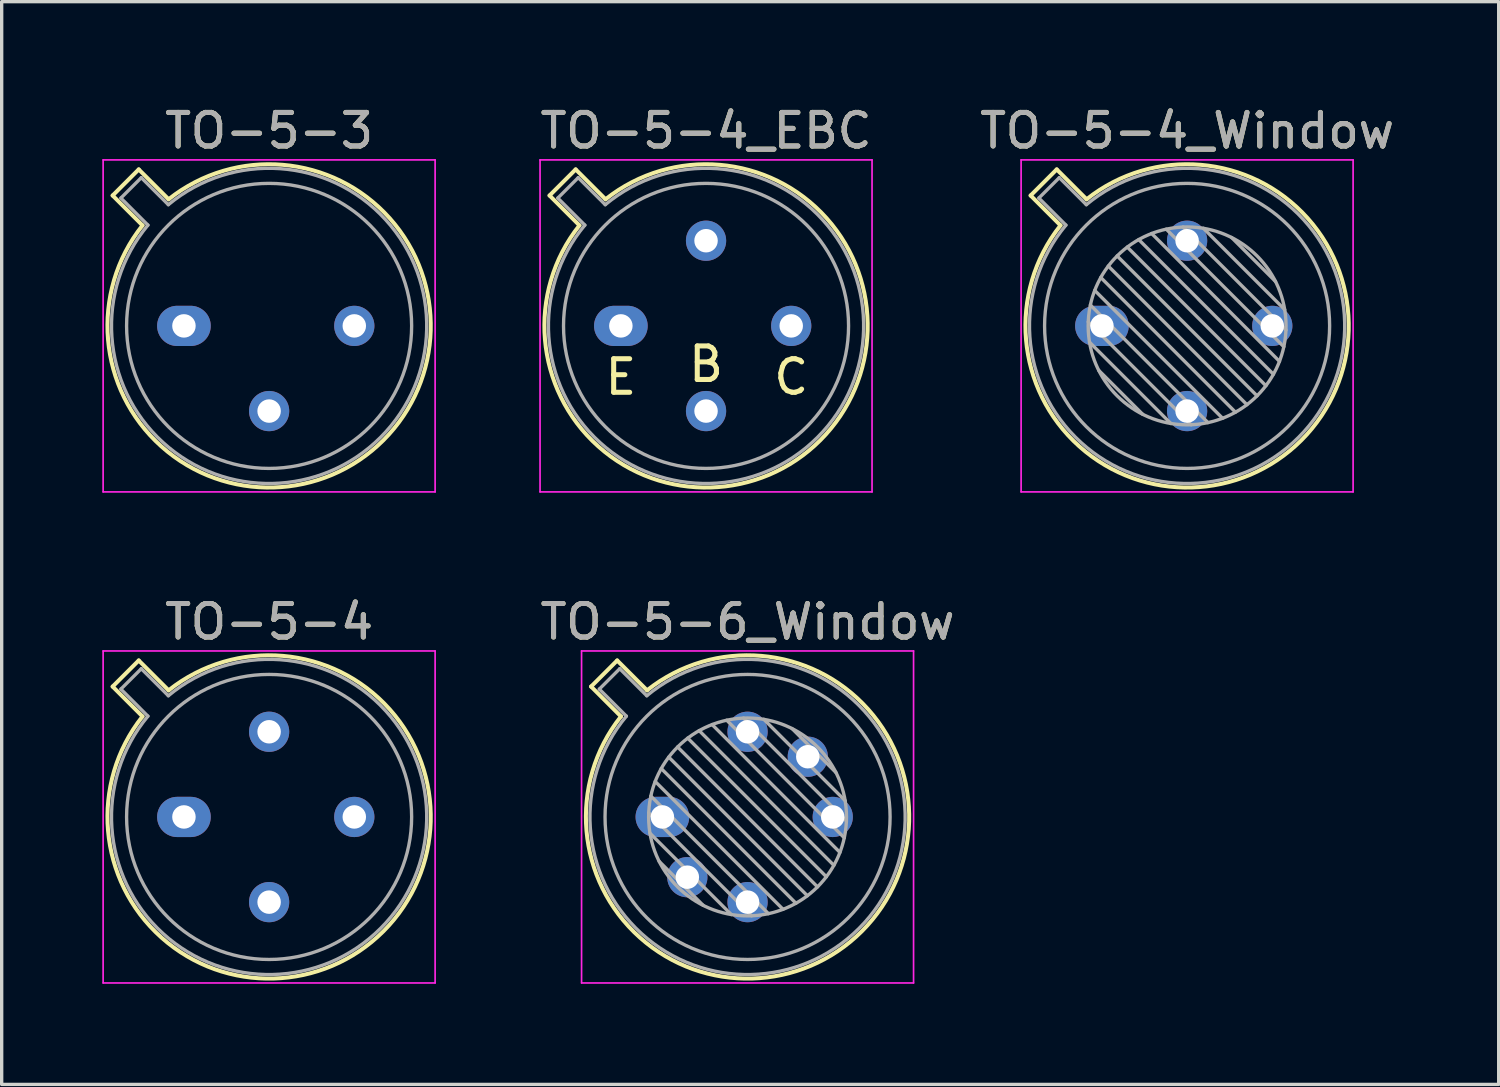
<source format=kicad_pcb>
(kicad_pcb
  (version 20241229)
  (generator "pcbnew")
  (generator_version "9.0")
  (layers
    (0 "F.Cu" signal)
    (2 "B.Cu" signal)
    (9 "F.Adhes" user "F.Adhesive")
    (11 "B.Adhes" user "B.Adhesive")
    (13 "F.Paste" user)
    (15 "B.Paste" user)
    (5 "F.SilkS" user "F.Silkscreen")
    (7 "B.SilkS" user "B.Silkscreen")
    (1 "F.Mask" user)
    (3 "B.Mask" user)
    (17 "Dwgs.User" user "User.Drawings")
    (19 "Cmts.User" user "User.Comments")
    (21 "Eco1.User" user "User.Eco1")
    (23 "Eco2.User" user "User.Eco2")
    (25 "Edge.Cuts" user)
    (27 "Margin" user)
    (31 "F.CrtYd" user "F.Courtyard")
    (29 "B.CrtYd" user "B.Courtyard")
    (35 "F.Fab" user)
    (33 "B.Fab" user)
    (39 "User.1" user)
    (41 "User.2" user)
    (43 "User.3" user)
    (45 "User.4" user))
  (footprint "TO-5-4"
    (layer "F.Cu")
    (at 2.435 21.311)
    (property "Reference" "TO-5-4" (at 2.54 -5.82 0) (layer "F.SilkS") (effects (font (size 1 1) (thickness 0.15))))
    (attr through_hole)
    (fp_line (start -2.126 -3.888) (end -1.235 -2.997) (stroke (width 0.12) (type solid)) (layer "F.SilkS"))
    (fp_line (start -1.348 -4.666) (end -2.126 -3.888) (stroke (width 0.12) (type solid)) (layer "F.SilkS"))
    (fp_line (start -0.457 -3.775) (end -1.348 -4.666) (stroke (width 0.12) (type solid)) (layer "F.SilkS"))
    (fp_arc (start -0.457084 -3.774902) (mid 5.948125 3.408384) (end -1.234674 -2.997371) (stroke (width 0.12) (type solid)) (layer "F.SilkS"))
    (fp_line (start -2.41 -4.95) (end -2.41 4.95) (stroke (width 0.05) (type solid)) (layer "F.CrtYd"))
    (fp_line (start -2.41 4.95) (end 7.49 4.95) (stroke (width 0.05) (type solid)) (layer "F.CrtYd"))
    (fp_line (start 7.49 -4.95) (end -2.41 -4.95) (stroke (width 0.05) (type solid)) (layer "F.CrtYd"))
    (fp_line (start 7.49 4.95) (end 7.49 -4.95) (stroke (width 0.05) (type solid)) (layer "F.CrtYd"))
    (fp_line (start -1.88 -3.812) (end -1.074 -3.005) (stroke (width 0.1) (type solid)) (layer "F.Fab"))
    (fp_line (start -1.272 -4.42) (end -1.88 -3.812) (stroke (width 0.1) (type solid)) (layer "F.Fab"))
    (fp_line (start -0.465 -3.614) (end -1.272 -4.42) (stroke (width 0.1) (type solid)) (layer "F.Fab"))
    (fp_arc (start -0.465408 -3.61352) (mid 5.863443 3.323361) (end -1.073594 -3.005319) (stroke (width 0.1) (type solid)) (layer "F.Fab"))
    (fp_circle (center 2.54 0) (end 6.79 0) (stroke (width 0.1) (type solid)) (fill no) (layer "F.Fab"))
    (fp_text user "${REFERENCE}" (at 2.54 -5.82 0) (layer "F.Fab") (effects (font (size 1 1) (thickness 0.15))))
    (pad "1" thru_hole oval (at 0 0) (size 1.6 1.2) (drill 0.7) (layers "*.Cu" "*.Mask"))
    (pad "2" thru_hole oval (at 2.54 2.54) (size 1.2 1.2) (drill 0.7) (layers "*.Cu" "*.Mask"))
    (pad "3" thru_hole oval (at 5.08 0) (size 1.2 1.2) (drill 0.7) (layers "*.Cu" "*.Mask"))
    (pad "4" thru_hole oval (at 2.54 -2.54) (size 1.2 1.2) (drill 0.7) (layers "*.Cu" "*.Mask")))
  (footprint "TO-5-6_Window"
    (layer "F.Cu")
    (at 16.702 21.311)
    (property "Reference" "TO-5-6_Window" (at 2.54 -5.82 0) (layer "F.SilkS") (effects (font (size 1 1) (thickness 0.15))))
    (attr through_hole)
    (fp_line (start -2.126 -3.888) (end -1.235 -2.997) (stroke (width 0.12) (type solid)) (layer "F.SilkS"))
    (fp_line (start -1.348 -4.666) (end -2.126 -3.888) (stroke (width 0.12) (type solid)) (layer "F.SilkS"))
    (fp_line (start -0.457 -3.775) (end -1.348 -4.666) (stroke (width 0.12) (type solid)) (layer "F.SilkS"))
    (fp_arc (start -0.457084 -3.774902) (mid 5.948125 3.408384) (end -1.234674 -2.997371) (stroke (width 0.12) (type solid)) (layer "F.SilkS"))
    (fp_line (start -2.41 -4.95) (end -2.41 4.95) (stroke (width 0.05) (type solid)) (layer "F.CrtYd"))
    (fp_line (start -2.41 4.95) (end 7.49 4.95) (stroke (width 0.05) (type solid)) (layer "F.CrtYd"))
    (fp_line (start 7.49 -4.95) (end -2.41 -4.95) (stroke (width 0.05) (type solid)) (layer "F.CrtYd"))
    (fp_line (start 7.49 4.95) (end 7.49 -4.95) (stroke (width 0.05) (type solid)) (layer "F.CrtYd"))
    (fp_line (start -1.88 -3.812) (end -1.074 -3.005) (stroke (width 0.1) (type solid)) (layer "F.Fab"))
    (fp_line (start -1.272 -4.42) (end -1.88 -3.812) (stroke (width 0.1) (type solid)) (layer "F.Fab"))
    (fp_line (start -0.465 -3.614) (end -1.272 -4.42) (stroke (width 0.1) (type solid)) (layer "F.Fab"))
    (fp_line (start -0.408 -0.12) (end 2.66 2.948) (stroke (width 0.1) (type solid)) (layer "F.Fab"))
    (fp_line (start -0.371 0.485) (end 2.055 2.911) (stroke (width 0.1) (type solid)) (layer "F.Fab"))
    (fp_line (start -0.344 -0.622) (end 3.162 2.884) (stroke (width 0.1) (type solid)) (layer "F.Fab"))
    (fp_line (start -0.215 -1.058) (end 3.598 2.755) (stroke (width 0.1) (type solid)) (layer "F.Fab"))
    (fp_line (start -0.097 1.324) (end 1.216 2.637) (stroke (width 0.1) (type solid)) (layer "F.Fab"))
    (fp_line (start -0.034 -1.443) (end 3.983 2.574) (stroke (width 0.1) (type solid)) (layer "F.Fab"))
    (fp_line (start 0.19 -1.784) (end 4.324 2.35) (stroke (width 0.1) (type solid)) (layer "F.Fab"))
    (fp_line (start 0.454 -2.086) (end 4.626 2.086) (stroke (width 0.1) (type solid)) (layer "F.Fab"))
    (fp_line (start 0.756 -2.35) (end 4.89 1.784) (stroke (width 0.1) (type solid)) (layer "F.Fab"))
    (fp_line (start 1.097 -2.574) (end 5.114 1.443) (stroke (width 0.1) (type solid)) (layer "F.Fab"))
    (fp_line (start 1.482 -2.755) (end 5.295 1.058) (stroke (width 0.1) (type solid)) (layer "F.Fab"))
    (fp_line (start 1.918 -2.884) (end 5.424 0.622) (stroke (width 0.1) (type solid)) (layer "F.Fab"))
    (fp_line (start 2.42 -2.948) (end 5.488 0.12) (stroke (width 0.1) (type solid)) (layer "F.Fab"))
    (fp_line (start 3.025 -2.911) (end 5.451 -0.485) (stroke (width 0.1) (type solid)) (layer "F.Fab"))
    (fp_line (start 3.864 -2.637) (end 5.177 -1.324) (stroke (width 0.1) (type solid)) (layer "F.Fab"))
    (fp_arc (start -0.465408 -3.61352) (mid 5.863443 3.323361) (end -1.073594 -3.005319) (stroke (width 0.1) (type solid)) (layer "F.Fab"))
    (fp_circle (center 2.54 0) (end 5.49 0) (stroke (width 0.1) (type solid)) (fill no) (layer "F.Fab"))
    (fp_circle (center 2.54 0) (end 6.79 0) (stroke (width 0.1) (type solid)) (fill no) (layer "F.Fab"))
    (fp_text user "${REFERENCE}" (at 2.54 -5.82 0) (layer "F.Fab") (effects (font (size 1 1) (thickness 0.15))))
    (pad "1" thru_hole oval (at 0 0) (size 1.6 1.2) (drill 0.7) (layers "*.Cu" "*.Mask"))
    (pad "2" thru_hole oval (at 0.744 1.796) (size 1.2 1.2) (drill 0.7) (layers "*.Cu" "*.Mask"))
    (pad "3" thru_hole oval (at 2.54 2.54) (size 1.2 1.2) (drill 0.7) (layers "*.Cu" "*.Mask"))
    (pad "4" thru_hole oval (at 5.08 0) (size 1.2 1.2) (drill 0.7) (layers "*.Cu" "*.Mask"))
    (pad "5" thru_hole oval (at 4.336 -1.796) (size 1.2 1.2) (drill 0.7) (layers "*.Cu" "*.Mask"))
    (pad "6" thru_hole oval (at 2.54 -2.54) (size 1.2 1.2) (drill 0.7) (layers "*.Cu" "*.Mask")))
  (footprint "TO-5-4_Window"
    (layer "F.Cu")
    (at 29.809 6.668)
    (property "Reference" "TO-5-4_Window" (at 2.54 -5.82 0) (layer "F.SilkS") (effects (font (size 1 1) (thickness 0.15))))
    (attr through_hole)
    (fp_line (start -2.126 -3.888) (end -1.235 -2.997) (stroke (width 0.12) (type solid)) (layer "F.SilkS"))
    (fp_line (start -1.348 -4.666) (end -2.126 -3.888) (stroke (width 0.12) (type solid)) (layer "F.SilkS"))
    (fp_line (start -0.457 -3.775) (end -1.348 -4.666) (stroke (width 0.12) (type solid)) (layer "F.SilkS"))
    (fp_arc (start -0.457084 -3.774902) (mid 5.948125 3.408384) (end -1.234674 -2.997371) (stroke (width 0.12) (type solid)) (layer "F.SilkS"))
    (fp_line (start -2.41 -4.95) (end -2.41 4.95) (stroke (width 0.05) (type solid)) (layer "F.CrtYd"))
    (fp_line (start -2.41 4.95) (end 7.49 4.95) (stroke (width 0.05) (type solid)) (layer "F.CrtYd"))
    (fp_line (start 7.49 -4.95) (end -2.41 -4.95) (stroke (width 0.05) (type solid)) (layer "F.CrtYd"))
    (fp_line (start 7.49 4.95) (end 7.49 -4.95) (stroke (width 0.05) (type solid)) (layer "F.CrtYd"))
    (fp_line (start -1.88 -3.812) (end -1.074 -3.005) (stroke (width 0.1) (type solid)) (layer "F.Fab"))
    (fp_line (start -1.272 -4.42) (end -1.88 -3.812) (stroke (width 0.1) (type solid)) (layer "F.Fab"))
    (fp_line (start -0.465 -3.614) (end -1.272 -4.42) (stroke (width 0.1) (type solid)) (layer "F.Fab"))
    (fp_line (start -0.408 -0.12) (end 2.66 2.948) (stroke (width 0.1) (type solid)) (layer "F.Fab"))
    (fp_line (start -0.371 0.485) (end 2.055 2.911) (stroke (width 0.1) (type solid)) (layer "F.Fab"))
    (fp_line (start -0.344 -0.622) (end 3.162 2.884) (stroke (width 0.1) (type solid)) (layer "F.Fab"))
    (fp_line (start -0.215 -1.058) (end 3.598 2.755) (stroke (width 0.1) (type solid)) (layer "F.Fab"))
    (fp_line (start -0.097 1.324) (end 1.216 2.637) (stroke (width 0.1) (type solid)) (layer "F.Fab"))
    (fp_line (start -0.034 -1.443) (end 3.983 2.574) (stroke (width 0.1) (type solid)) (layer "F.Fab"))
    (fp_line (start 0.19 -1.784) (end 4.324 2.35) (stroke (width 0.1) (type solid)) (layer "F.Fab"))
    (fp_line (start 0.454 -2.086) (end 4.626 2.086) (stroke (width 0.1) (type solid)) (layer "F.Fab"))
    (fp_line (start 0.756 -2.35) (end 4.89 1.784) (stroke (width 0.1) (type solid)) (layer "F.Fab"))
    (fp_line (start 1.097 -2.574) (end 5.114 1.443) (stroke (width 0.1) (type solid)) (layer "F.Fab"))
    (fp_line (start 1.482 -2.755) (end 5.295 1.058) (stroke (width 0.1) (type solid)) (layer "F.Fab"))
    (fp_line (start 1.918 -2.884) (end 5.424 0.622) (stroke (width 0.1) (type solid)) (layer "F.Fab"))
    (fp_line (start 2.42 -2.948) (end 5.488 0.12) (stroke (width 0.1) (type solid)) (layer "F.Fab"))
    (fp_line (start 3.025 -2.911) (end 5.451 -0.485) (stroke (width 0.1) (type solid)) (layer "F.Fab"))
    (fp_line (start 3.864 -2.637) (end 5.177 -1.324) (stroke (width 0.1) (type solid)) (layer "F.Fab"))
    (fp_arc (start -0.465408 -3.61352) (mid 5.863443 3.323361) (end -1.073594 -3.005319) (stroke (width 0.1) (type solid)) (layer "F.Fab"))
    (fp_circle (center 2.54 0) (end 5.49 0) (stroke (width 0.1) (type solid)) (fill no) (layer "F.Fab"))
    (fp_circle (center 2.54 0) (end 6.79 0) (stroke (width 0.1) (type solid)) (fill no) (layer "F.Fab"))
    (fp_text user "${REFERENCE}" (at 2.54 -5.82 0) (layer "F.Fab") (effects (font (size 1 1) (thickness 0.15))))
    (pad "1" thru_hole oval (at 0 0) (size 1.6 1.2) (drill 0.7) (layers "*.Cu" "*.Mask"))
    (pad "2" thru_hole oval (at 2.54 2.54) (size 1.2 1.2) (drill 0.7) (layers "*.Cu" "*.Mask"))
    (pad "3" thru_hole oval (at 5.08 0) (size 1.2 1.2) (drill 0.7) (layers "*.Cu" "*.Mask"))
    (pad "4" thru_hole oval (at 2.54 -2.54) (size 1.2 1.2) (drill 0.7) (layers "*.Cu" "*.Mask")))
  (footprint "TO-5-3"
    (layer "F.Cu")
    (at 2.435 6.668)
    (property "Reference" "TO-5-3" (at 2.54 -5.82 0) (layer "F.SilkS") (effects (font (size 1 1) (thickness 0.15))))
    (attr through_hole)
    (fp_line (start -2.126 -3.888) (end -1.235 -2.997) (stroke (width 0.12) (type solid)) (layer "F.SilkS"))
    (fp_line (start -1.348 -4.666) (end -2.126 -3.888) (stroke (width 0.12) (type solid)) (layer "F.SilkS"))
    (fp_line (start -0.457 -3.775) (end -1.348 -4.666) (stroke (width 0.12) (type solid)) (layer "F.SilkS"))
    (fp_arc (start -0.457084 -3.774902) (mid 5.948125 3.408384) (end -1.234674 -2.997371) (stroke (width 0.12) (type solid)) (layer "F.SilkS"))
    (fp_line (start -2.41 -4.95) (end -2.41 4.95) (stroke (width 0.05) (type solid)) (layer "F.CrtYd"))
    (fp_line (start -2.41 4.95) (end 7.49 4.95) (stroke (width 0.05) (type solid)) (layer "F.CrtYd"))
    (fp_line (start 7.49 -4.95) (end -2.41 -4.95) (stroke (width 0.05) (type solid)) (layer "F.CrtYd"))
    (fp_line (start 7.49 4.95) (end 7.49 -4.95) (stroke (width 0.05) (type solid)) (layer "F.CrtYd"))
    (fp_line (start -1.88 -3.812) (end -1.074 -3.005) (stroke (width 0.1) (type solid)) (layer "F.Fab"))
    (fp_line (start -1.272 -4.42) (end -1.88 -3.812) (stroke (width 0.1) (type solid)) (layer "F.Fab"))
    (fp_line (start -0.465 -3.614) (end -1.272 -4.42) (stroke (width 0.1) (type solid)) (layer "F.Fab"))
    (fp_arc (start -0.465408 -3.61352) (mid 5.863443 3.323361) (end -1.073594 -3.005319) (stroke (width 0.1) (type solid)) (layer "F.Fab"))
    (fp_circle (center 2.54 0) (end 6.79 0) (stroke (width 0.1) (type solid)) (fill no) (layer "F.Fab"))
    (fp_text user "${REFERENCE}" (at 2.54 -5.82 0) (layer "F.Fab") (effects (font (size 1 1) (thickness 0.15))))
    (pad "1" thru_hole oval (at 0 0) (size 1.6 1.2) (drill 0.7) (layers "*.Cu" "*.Mask"))
    (pad "2" thru_hole oval (at 2.54 2.54) (size 1.2 1.2) (drill 0.7) (layers "*.Cu" "*.Mask"))
    (pad "3" thru_hole oval (at 5.08 0) (size 1.2 1.2) (drill 0.7) (layers "*.Cu" "*.Mask")))
  (footprint "TO-5-4_EBC"
    (layer "F.Cu")
    (at 15.464 6.668)
    (property "Reference" "TO-5-4_EBC" (at 2.54 -5.82 0) (layer "F.SilkS") (effects (font (size 1 1) (thickness 0.15))))
    (fp_line (start -2.126 -3.888) (end -1.235 -2.997) (stroke (width 0.12) (type solid)) (layer "F.SilkS"))
    (fp_line (start -1.348 -4.666) (end -2.126 -3.888) (stroke (width 0.12) (type solid)) (layer "F.SilkS"))
    (fp_line (start -0.457 -3.775) (end -1.348 -4.666) (stroke (width 0.12) (type solid)) (layer "F.SilkS"))
    (fp_arc (start -0.457084 -3.774902) (mid 5.948125 3.408384) (end -1.234674 -2.997371) (stroke (width 0.12) (type solid)) (layer "F.SilkS"))
    (fp_line (start -2.41 -4.95) (end -2.41 4.95) (stroke (width 0.05) (type solid)) (layer "F.CrtYd"))
    (fp_line (start -2.41 4.95) (end 7.49 4.95) (stroke (width 0.05) (type solid)) (layer "F.CrtYd"))
    (fp_line (start 7.49 -4.95) (end -2.41 -4.95) (stroke (width 0.05) (type solid)) (layer "F.CrtYd"))
    (fp_line (start 7.49 4.95) (end 7.49 -4.95) (stroke (width 0.05) (type solid)) (layer "F.CrtYd"))
    (fp_line (start -1.88 -3.812) (end -1.074 -3.005) (stroke (width 0.1) (type solid)) (layer "F.Fab"))
    (fp_line (start -1.272 -4.42) (end -1.88 -3.812) (stroke (width 0.1) (type solid)) (layer "F.Fab"))
    (fp_line (start -0.465 -3.614) (end -1.272 -4.42) (stroke (width 0.1) (type solid)) (layer "F.Fab"))
    (fp_arc (start -0.465408 -3.61352) (mid 5.863443 3.323361) (end -1.073594 -3.005319) (stroke (width 0.1) (type solid)) (layer "F.Fab"))
    (fp_circle (center 2.54 0) (end 6.79 0) (stroke (width 0.1) (type solid)) (fill no) (layer "F.Fab"))
    (fp_text user "E" (at 0 1.524 0) (unlocked yes) (layer "F.SilkS") (effects (font (size 1 1) (thickness 0.15))))
    (fp_text user "C" (at 5.08 1.524 0) (unlocked yes) (layer "F.SilkS") (effects (font (size 1 1) (thickness 0.15))))
    (fp_text user "B" (at 2.54 1.143 0) (unlocked yes) (layer "F.SilkS") (effects (font (size 1 1) (thickness 0.15))))
    (fp_text user "${REFERENCE}" (at 2.54 -5.82 0) (layer "F.Fab") (effects (font (size 1 1) (thickness 0.15))))
    (pad "1" thru_hole oval (at 0 0) (size 1.6 1.2) (drill 0.7) (layers "*.Cu" "*.Mask"))
    (pad "2" thru_hole oval (at 2.54 2.54) (size 1.2 1.2) (drill 0.7) (layers "*.Cu" "*.Mask"))
    (pad "3" thru_hole oval (at 5.08 0) (size 1.2 1.2) (drill 0.7) (layers "*.Cu" "*.Mask"))
    (pad "4" thru_hole oval (at 2.54 -2.54) (size 1.2 1.2) (drill 0.7) (layers "*.Cu" "*.Mask")))
  (gr_rect
    (start -3 -3)
    (end 41.64 29.287)
    (stroke (width 0.1) (type default))
    (fill no)
    (layer "Edge.Cuts")))
</source>
